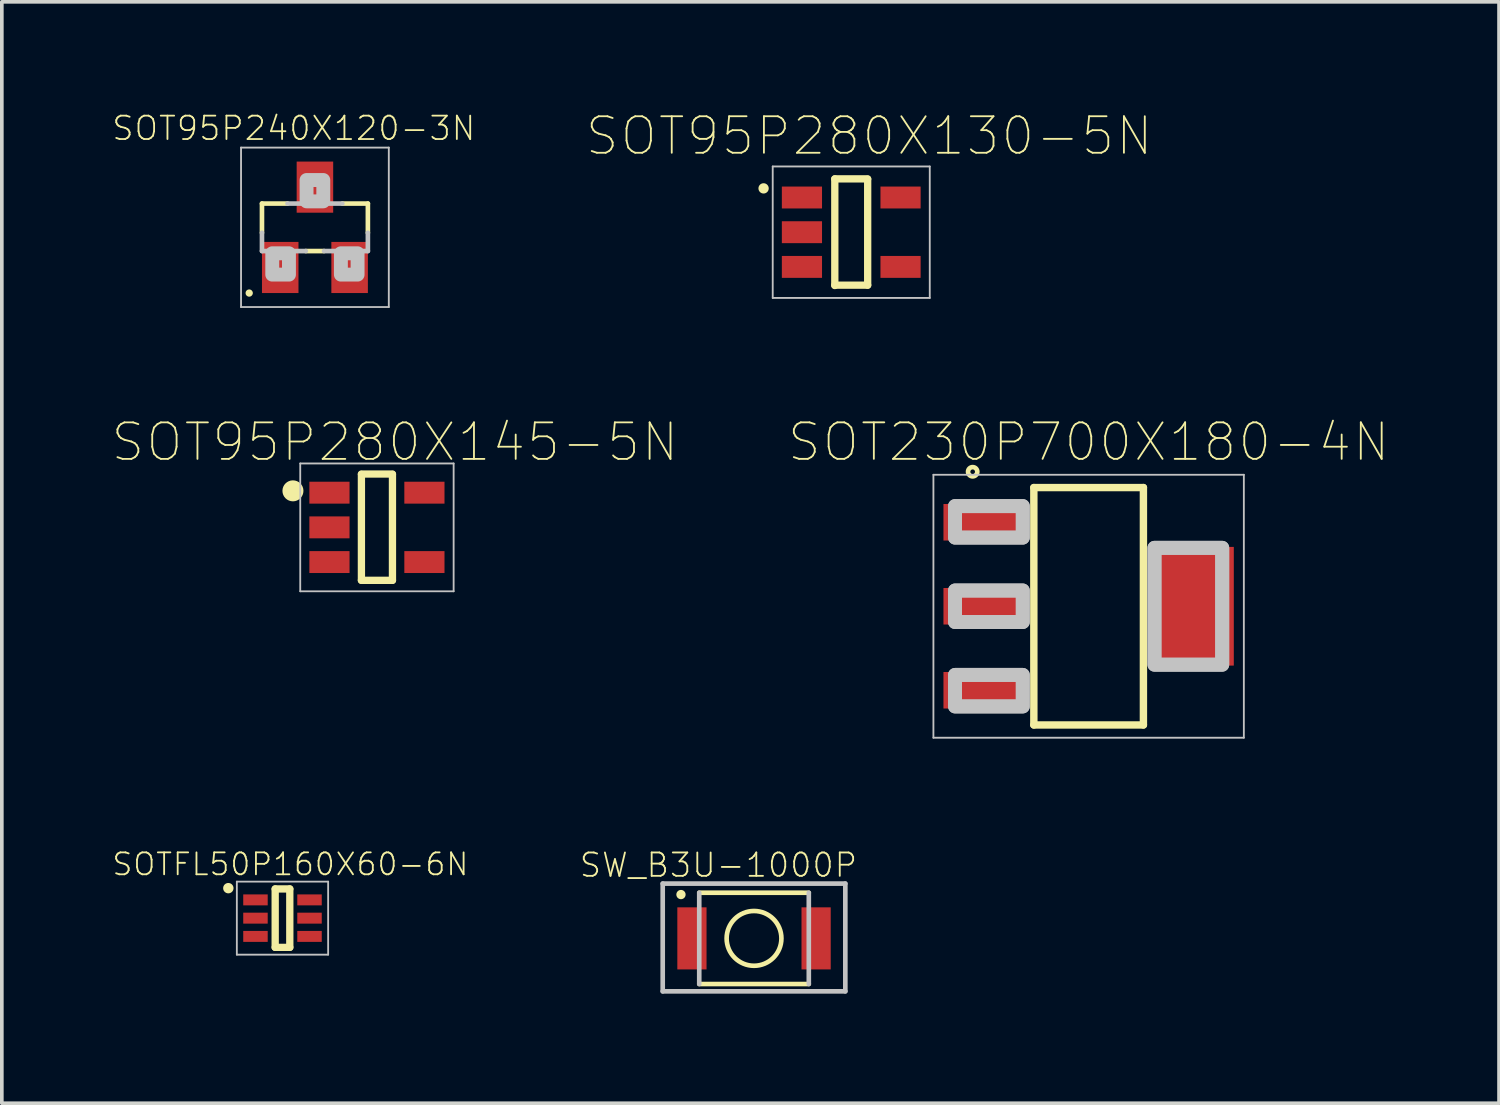
<source format=kicad_pcb>
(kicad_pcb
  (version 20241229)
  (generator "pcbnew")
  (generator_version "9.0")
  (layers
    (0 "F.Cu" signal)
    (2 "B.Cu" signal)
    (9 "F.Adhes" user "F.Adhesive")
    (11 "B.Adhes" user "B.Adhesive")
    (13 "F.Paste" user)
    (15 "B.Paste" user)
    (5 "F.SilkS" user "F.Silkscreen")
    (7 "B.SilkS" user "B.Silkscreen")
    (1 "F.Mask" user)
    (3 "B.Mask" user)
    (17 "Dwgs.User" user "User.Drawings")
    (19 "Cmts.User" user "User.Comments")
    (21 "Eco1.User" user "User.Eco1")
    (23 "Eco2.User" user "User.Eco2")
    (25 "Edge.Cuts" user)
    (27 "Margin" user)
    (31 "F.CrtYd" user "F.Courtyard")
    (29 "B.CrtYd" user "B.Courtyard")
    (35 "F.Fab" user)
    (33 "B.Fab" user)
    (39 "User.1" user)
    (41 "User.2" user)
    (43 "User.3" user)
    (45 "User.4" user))
  (footprint "SOT95P280X130-5N"
    (layer "F.Cu")
    (at 20.258 3.308)
    (property "Reference" "SOT95P280X130-5N" (at 0.49 -2.635 0) (layer "F.SilkS") (effects (font (size 1 1) (thickness 0.05))))
    (attr smd)
    (fp_line (start -0.45 -1.46) (end 0.45 -1.46) (stroke (width 0.2) (type solid)) (layer "F.SilkS"))
    (fp_line (start -0.45 1.46) (end -0.45 -1.46) (stroke (width 0.2) (type solid)) (layer "F.SilkS"))
    (fp_line (start 0.45 -1.45) (end 0.45 1.45) (stroke (width 0.2) (type solid)) (layer "F.SilkS"))
    (fp_line (start 0.45 1.45) (end -0.45 1.45) (stroke (width 0.2) (type solid)) (layer "F.SilkS"))
    (fp_circle (center -2.4 -1.2) (end -2.259 -1.2) (stroke (width 0) (type solid)) (fill yes) (layer "F.SilkS"))
    (fp_line (start -2.15 -1.8) (end 2.15 -1.8) (stroke (width 0.05) (type solid)) (layer "Dwgs.User"))
    (fp_line (start -2.15 1.8) (end -2.15 -1.8) (stroke (width 0.05) (type solid)) (layer "Dwgs.User"))
    (fp_line (start 2.15 -1.8) (end 2.15 1.8) (stroke (width 0.05) (type solid)) (layer "Dwgs.User"))
    (fp_line (start 2.15 1.8) (end -2.15 1.8) (stroke (width 0.05) (type solid)) (layer "Dwgs.User"))
    (pad "1" smd rect (at -1.35 -0.95) (size 1.1 0.6) (layers "F.Cu" "F.Mask" "F.Paste"))
    (pad "2" smd rect (at -1.35 0) (size 1.1 0.6) (layers "F.Cu" "F.Mask" "F.Paste"))
    (pad "3" smd rect (at -1.35 0.95) (size 1.1 0.6) (layers "F.Cu" "F.Mask" "F.Paste"))
    (pad "4" smd rect (at 1.35 0.95 180) (size 1.1 0.6) (layers "F.Cu" "F.Mask" "F.Paste"))
    (pad "5" smd rect (at 1.35 -0.95 180) (size 1.1 0.6) (layers "F.Cu" "F.Mask" "F.Paste")))
  (footprint "SOT230P700X180-4N"
    (layer "F.Cu")
    (at 26.758 13.55)
    (property "Reference" "SOT230P700X180-4N" (at 0 -4.496 0) (layer "F.SilkS") (effects (font (size 1 1) (thickness 0.05))))
    (attr smd)
    (fp_line (start -1.5 -3.25) (end 1.5 -3.25) (stroke (width 0.203) (type solid)) (layer "F.SilkS"))
    (fp_line (start -1.5 3.25) (end -1.5 -3.25) (stroke (width 0.203) (type solid)) (layer "F.SilkS"))
    (fp_line (start 1.5 -3.25) (end 1.5 3.25) (stroke (width 0.203) (type solid)) (layer "F.SilkS"))
    (fp_line (start 1.5 3.25) (end -1.5 3.25) (stroke (width 0.203) (type solid)) (layer "F.SilkS"))
    (fp_circle (center -3.175 -3.683) (end -3.048 -3.683) (stroke (width 0.127) (type solid)) (fill no) (layer "F.SilkS"))
    (fp_line (start -4.25 -3.6) (end 4.25 -3.6) (stroke (width 0.05) (type solid)) (layer "Dwgs.User"))
    (fp_line (start -4.25 3.6) (end -4.25 -3.6) (stroke (width 0.05) (type solid)) (layer "Dwgs.User"))
    (fp_line (start 4.25 -3.6) (end 4.25 3.6) (stroke (width 0.05) (type solid)) (layer "Dwgs.User"))
    (fp_line (start 4.25 3.6) (end -4.25 3.6) (stroke (width 0.05) (type solid)) (layer "Dwgs.User"))
    (fp_poly (pts (xy -1.803 -2.743) (xy -1.803 -1.88) (xy -3.658 -1.88) (xy -3.658 -2.743)) (stroke (width 0.381) (type solid)) (fill no) (layer "Dwgs.User"))
    (fp_poly (pts (xy -1.803 -2.743) (xy -1.803 -1.88) (xy -3.658 -1.88) (xy -3.658 -2.743)) (stroke (width 0.381) (type solid)) (fill no) (layer "Dwgs.User"))
    (fp_poly (pts (xy -1.803 -0.432) (xy -1.803 0.432) (xy -3.658 0.432) (xy -3.658 -0.432)) (stroke (width 0.381) (type solid)) (fill no) (layer "Dwgs.User"))
    (fp_poly (pts (xy -1.803 -0.432) (xy -1.803 0.432) (xy -3.658 0.432) (xy -3.658 -0.432)) (stroke (width 0.381) (type solid)) (fill no) (layer "Dwgs.User"))
    (fp_poly (pts (xy -1.803 1.88) (xy -1.803 2.743) (xy -3.658 2.743) (xy -3.658 1.88)) (stroke (width 0.381) (type solid)) (fill no) (layer "Dwgs.User"))
    (fp_poly (pts (xy -1.803 1.88) (xy -1.803 2.743) (xy -3.658 2.743) (xy -3.658 1.88)) (stroke (width 0.381) (type solid)) (fill no) (layer "Dwgs.User"))
    (fp_poly (pts (xy 3.658 -1.6) (xy 3.658 1.6) (xy 1.803 1.6) (xy 1.803 -1.6)) (stroke (width 0.381) (type solid)) (fill no) (layer "Dwgs.User"))
    (fp_poly (pts (xy 3.658 -1.6) (xy 3.658 1.6) (xy 1.803 1.6) (xy 1.803 -1.6)) (stroke (width 0.381) (type solid)) (fill no) (layer "Dwgs.User"))
    (pad "1" smd rect (at -2.9 -2.3 270) (size 1 2.15) (layers "F.Cu" "F.Mask" "F.Paste"))
    (pad "2" smd rect (at -2.9 0 270) (size 1 2.15) (layers "F.Cu" "F.Mask" "F.Paste"))
    (pad "3" smd rect (at -2.9 2.3 270) (size 1 2.15) (layers "F.Cu" "F.Mask" "F.Paste"))
    (pad "4" smd rect (at 2.9 0 270) (size 3.25 2.15) (layers "F.Cu" "F.Mask" "F.Paste")))
  (footprint "SW_B3U-1000P"
    (layer "F.Cu")
    (at 17.596 22.644)
    (property "Reference" "SW_B3U-1000P" (at -0.974 -2.006 0) (layer "F.SilkS") (effects (font (size 0.64 0.64) (thickness 0.05))))
    (attr smd)
    (fp_line (start -1.5 1.25) (end 1.5 1.25) (stroke (width 0.127) (type solid)) (layer "F.SilkS"))
    (fp_line (start 1.5 -1.25) (end -1.5 -1.25) (stroke (width 0.127) (type solid)) (layer "F.SilkS"))
    (fp_circle (center -2 -1.2) (end -1.873 -1.2) (stroke (width 0) (type solid)) (fill yes) (layer "F.SilkS"))
    (fp_circle (center 0 0) (end 0.75 0) (stroke (width 0.127) (type solid)) (fill no) (layer "F.SilkS"))
    (fp_line (start -2.5 -1.5) (end 2.5 -1.5) (stroke (width 0.127) (type solid)) (layer "Dwgs.User"))
    (fp_line (start -2.5 1.45) (end -2.5 -1.5) (stroke (width 0.127) (type solid)) (layer "Dwgs.User"))
    (fp_line (start -1.5 -1.25) (end -1.5 1.25) (stroke (width 0.127) (type solid)) (layer "Dwgs.User"))
    (fp_line (start 1.5 1.25) (end 1.5 -1.25) (stroke (width 0.127) (type solid)) (layer "Dwgs.User"))
    (fp_line (start 2.5 -1.5) (end 2.5 1.45) (stroke (width 0.127) (type solid)) (layer "Dwgs.User"))
    (fp_line (start 2.5 1.45) (end -2.5 1.45) (stroke (width 0.127) (type solid)) (layer "Dwgs.User"))
    (pad "1" smd rect (at -1.7 0 180) (size 0.8 1.7) (layers "F.Cu" "F.Mask" "F.Paste"))
    (pad "2" smd rect (at 1.7 0 180) (size 0.8 1.7) (layers "F.Cu" "F.Mask" "F.Paste")))
  (footprint "SOT95P280X145-5N"
    (layer "F.Cu")
    (at 7.271 11.39)
    (property "Reference" "SOT95P280X145-5N" (at 0.49 -2.335 0) (layer "F.SilkS") (effects (font (size 1 1) (thickness 0.05))))
    (attr smd)
    (fp_line (start -0.425 -1.46) (end 0.425 -1.46) (stroke (width 0.2) (type solid)) (layer "F.SilkS"))
    (fp_line (start -0.425 1.45) (end -0.425 -1.45) (stroke (width 0.2) (type solid)) (layer "F.SilkS"))
    (fp_line (start 0.425 -1.45) (end 0.425 1.45) (stroke (width 0.2) (type solid)) (layer "F.SilkS"))
    (fp_line (start 0.425 1.45) (end -0.425 1.45) (stroke (width 0.2) (type solid)) (layer "F.SilkS"))
    (fp_circle (center -2.4 -1) (end -2.3 -1) (stroke (width 0.127) (type solid)) (fill no) (layer "F.SilkS"))
    (fp_circle (center -2.3 -1) (end -2.2 -1) (stroke (width 0.127) (type solid)) (fill no) (layer "F.SilkS"))
    (fp_circle (center -2.3 -1) (end -2.159 -1) (stroke (width 0.127) (type solid)) (fill no) (layer "F.SilkS"))
    (fp_circle (center -2.3 -1) (end -2.076 -1) (stroke (width 0.127) (type solid)) (fill no) (layer "F.SilkS"))
    (fp_line (start -2.1 -1.75) (end 2.1 -1.75) (stroke (width 0.05) (type solid)) (layer "Dwgs.User"))
    (fp_line (start -2.1 1.75) (end -2.1 -1.75) (stroke (width 0.05) (type solid)) (layer "Dwgs.User"))
    (fp_line (start 2.1 -1.75) (end 2.1 1.75) (stroke (width 0.05) (type solid)) (layer "Dwgs.User"))
    (fp_line (start 2.1 1.75) (end -2.1 1.75) (stroke (width 0.05) (type solid)) (layer "Dwgs.User"))
    (pad "1" smd rect (at -1.3 -0.95) (size 1.1 0.6) (layers "F.Cu" "F.Mask" "F.Paste"))
    (pad "2" smd rect (at -1.3 0) (size 1.1 0.6) (layers "F.Cu" "F.Mask" "F.Paste"))
    (pad "3" smd rect (at -1.3 0.95) (size 1.1 0.6) (layers "F.Cu" "F.Mask" "F.Paste"))
    (pad "4" smd rect (at 1.3 0.95 180) (size 1.1 0.6) (layers "F.Cu" "F.Mask" "F.Paste"))
    (pad "5" smd rect (at 1.3 -0.95 180) (size 1.1 0.6) (layers "F.Cu" "F.Mask" "F.Paste")))
  (footprint "SOTFL50P160X60-6N"
    (layer "F.Cu")
    (at 4.685 22.09)
    (property "Reference" "SOTFL50P160X60-6N" (at 0.216 -1.476 0) (layer "F.SilkS") (effects (font (size 0.6 0.6) (thickness 0.05))))
    (attr smd)
    (fp_line (start -0.2 -0.8) (end 0.2 -0.8) (stroke (width 0.2) (type solid)) (layer "F.SilkS"))
    (fp_line (start -0.2 0.8) (end -0.2 -0.8) (stroke (width 0.2) (type solid)) (layer "F.SilkS"))
    (fp_line (start 0.2 -0.8) (end 0.2 0.8) (stroke (width 0.2) (type solid)) (layer "F.SilkS"))
    (fp_line (start 0.2 0.8) (end -0.2 0.8) (stroke (width 0.2) (type solid)) (layer "F.SilkS"))
    (fp_circle (center -1.483 -0.821) (end -1.341 -0.821) (stroke (width 0) (type solid)) (fill yes) (layer "F.SilkS"))
    (fp_line (start -1.25 -1) (end 1.25 -1) (stroke (width 0.05) (type solid)) (layer "Dwgs.User"))
    (fp_line (start -1.25 1) (end -1.25 -1) (stroke (width 0.05) (type solid)) (layer "Dwgs.User"))
    (fp_line (start 1.25 -1) (end 1.25 1) (stroke (width 0.05) (type solid)) (layer "Dwgs.User"))
    (fp_line (start 1.25 1) (end -1.25 1) (stroke (width 0.05) (type solid)) (layer "Dwgs.User"))
    (pad "1" smd rect (at -0.74 -0.5) (size 0.67 0.3) (layers "F.Cu" "F.Mask" "F.Paste"))
    (pad "2" smd rect (at -0.74 0) (size 0.67 0.3) (layers "F.Cu" "F.Mask" "F.Paste"))
    (pad "3" smd rect (at -0.74 0.5) (size 0.67 0.3) (layers "F.Cu" "F.Mask" "F.Paste"))
    (pad "4" smd rect (at 0.74 0.5) (size 0.67 0.3) (layers "F.Cu" "F.Mask" "F.Paste"))
    (pad "5" smd rect (at 0.74 0) (size 0.67 0.3) (layers "F.Cu" "F.Mask" "F.Paste"))
    (pad "6" smd rect (at 0.74 -0.5) (size 0.67 0.3) (layers "F.Cu" "F.Mask" "F.Paste")))
  (footprint "SOT95P240X120-3N"
    (layer "F.Cu")
    (at 5.573 3.174)
    (property "Reference" "SOT95P240X120-3N" (at -0.579 -2.711 0) (layer "F.SilkS") (effects (font (size 0.64 0.64) (thickness 0.05))))
    (attr smd)
    (fp_line (start -1.45 -0.65) (end -1.45 0.15) (stroke (width 0.127) (type solid)) (layer "F.SilkS"))
    (fp_line (start -1.45 -0.65) (end -0.75 -0.65) (stroke (width 0.127) (type solid)) (layer "F.SilkS"))
    (fp_line (start -0.25 0.65) (end 0.25 0.65) (stroke (width 0.127) (type solid)) (layer "F.SilkS"))
    (fp_line (start 1.45 -0.65) (end 0.75 -0.65) (stroke (width 0.127) (type solid)) (layer "F.SilkS"))
    (fp_line (start 1.45 -0.65) (end 1.45 0.15) (stroke (width 0.127) (type solid)) (layer "F.SilkS"))
    (fp_circle (center -1.8 1.8) (end -1.7 1.8) (stroke (width 0) (type solid)) (fill yes) (layer "F.SilkS"))
    (fp_line (start -2.023 -2.183) (end 2.023 -2.183) (stroke (width 0.051) (type solid)) (layer "Dwgs.User"))
    (fp_line (start -2.023 2.183) (end -2.023 -2.183) (stroke (width 0.051) (type solid)) (layer "Dwgs.User"))
    (fp_line (start -1.45 0.15) (end -1.45 0.65) (stroke (width 0.127) (type solid)) (layer "Dwgs.User"))
    (fp_line (start -1.45 0.65) (end -0.25 0.65) (stroke (width 0.127) (type solid)) (layer "Dwgs.User"))
    (fp_line (start -0.75 -0.65) (end 0.75 -0.65) (stroke (width 0.127) (type solid)) (layer "Dwgs.User"))
    (fp_line (start 0.25 0.65) (end 1.45 0.65) (stroke (width 0.127) (type solid)) (layer "Dwgs.User"))
    (fp_line (start 1.45 0.65) (end 1.45 0.15) (stroke (width 0.127) (type solid)) (layer "Dwgs.User"))
    (fp_line (start 2.023 -2.183) (end 2.023 2.183) (stroke (width 0.051) (type solid)) (layer "Dwgs.User"))
    (fp_line (start 2.023 2.183) (end -2.023 2.183) (stroke (width 0.051) (type solid)) (layer "Dwgs.User"))
    (fp_poly (pts (xy -1.168 0.711) (xy -0.711 0.711) (xy -0.711 1.295) (xy -1.168 1.295)) (stroke (width 0.381) (type solid)) (fill no) (layer "Dwgs.User"))
    (fp_poly (pts (xy -0.229 -1.295) (xy 0.229 -1.295) (xy 0.229 -0.711) (xy -0.229 -0.711)) (stroke (width 0.381) (type solid)) (fill no) (layer "Dwgs.User"))
    (fp_poly (pts (xy 0.711 0.711) (xy 1.168 0.711) (xy 1.168 1.295) (xy 0.711 1.295)) (stroke (width 0.381) (type solid)) (fill no) (layer "Dwgs.User"))
    (pad "1" smd rect (at -0.95 1.1) (size 1 1.4) (layers "F.Cu" "F.Mask" "F.Paste"))
    (pad "2" smd rect (at 0.95 1.1) (size 1 1.4) (layers "F.Cu" "F.Mask" "F.Paste"))
    (pad "3" smd rect (at 0 -1.1) (size 1 1.4) (layers "F.Cu" "F.Mask" "F.Paste")))
  (gr_rect
    (start -3 -3)
    (end 37.995 27.158)
    (stroke (width 0.1) (type default))
    (fill no)
    (layer "Edge.Cuts")))
</source>
